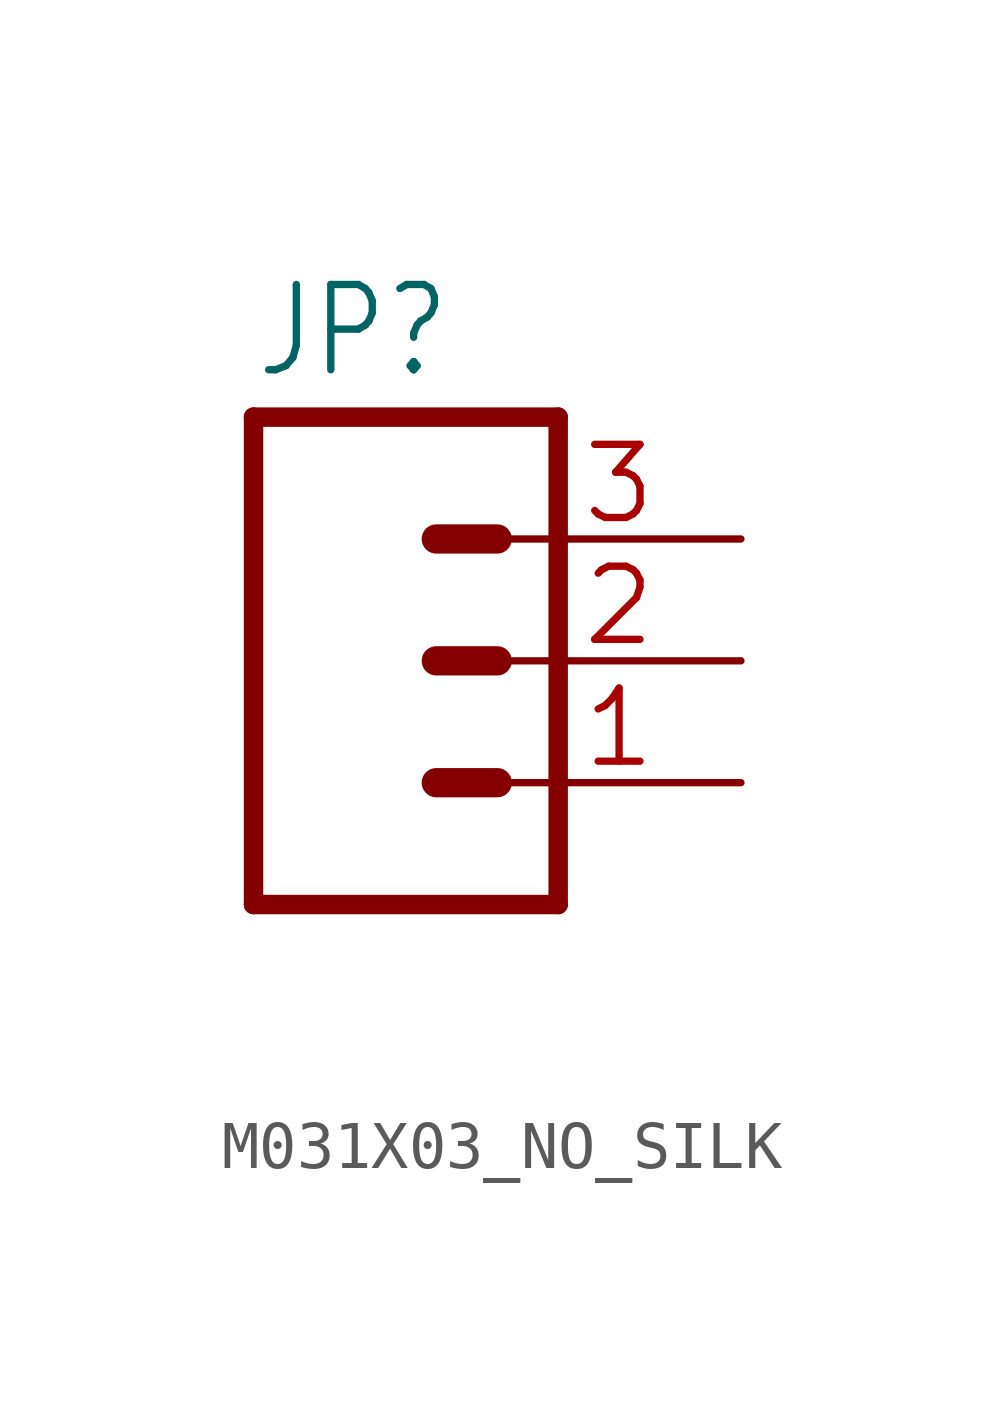
<source format=kicad_sym>
(kicad_symbol_lib
  (version 20241209)
  (generator "kicad_symbol_editor")
  (generator_version "9.0")
  (symbol "M031X03_NO_SILK"
    (property "Reference" "JP"
      (at -2.54 5.842 0)
      (effects (font (size 1.778 1.511)) (justify left bottom)))
    (property "Value" ""
      (at -2.54 -7.62 0)
      (effects (font (size 1.778 1.511)) (justify left bottom)))
    (property "ki_locked" ""
      (at 0 0 0)
      (effects (font (size 1.27 1.27))))
    (symbol "M031X03_NO_SILK_1_0"
      (polyline (pts (xy -2.54 5.08) (xy -2.54 -5.08)) (stroke (width 0.406) (type solid)) (fill (type none)))
      (polyline (pts (xy -2.54 5.08) (xy 3.81 5.08)) (stroke (width 0.406) (type solid)) (fill (type none)))
      (polyline (pts (xy 1.27 2.54) (xy 2.54 2.54)) (stroke (width 0.61) (type solid)) (fill (type none)))
      (polyline (pts (xy 1.27 0) (xy 2.54 0)) (stroke (width 0.61) (type solid)) (fill (type none)))
      (polyline (pts (xy 1.27 -2.54) (xy 2.54 -2.54)) (stroke (width 0.61) (type solid)) (fill (type none)))
      (polyline (pts (xy 3.81 -5.08) (xy -2.54 -5.08)) (stroke (width 0.406) (type solid)) (fill (type none)))
      (polyline (pts (xy 3.81 -5.08) (xy 3.81 5.08)) (stroke (width 0.406) (type solid)) (fill (type none)))
      (pin passive line (at 7.62 2.54 180) (length 5.08) (name "3" (effects (font (size 0 0)))) (number "3" (effects (font (size 1.524 1.524)))))
      (pin passive line (at 7.62 0 180) (length 5.08) (name "2" (effects (font (size 0 0)))) (number "2" (effects (font (size 1.524 1.524)))))
      (pin passive line (at 7.62 -2.54 180) (length 5.08) (name "1" (effects (font (size 0 0)))) (number "1" (effects (font (size 1.524 1.524))))))))
</source>
